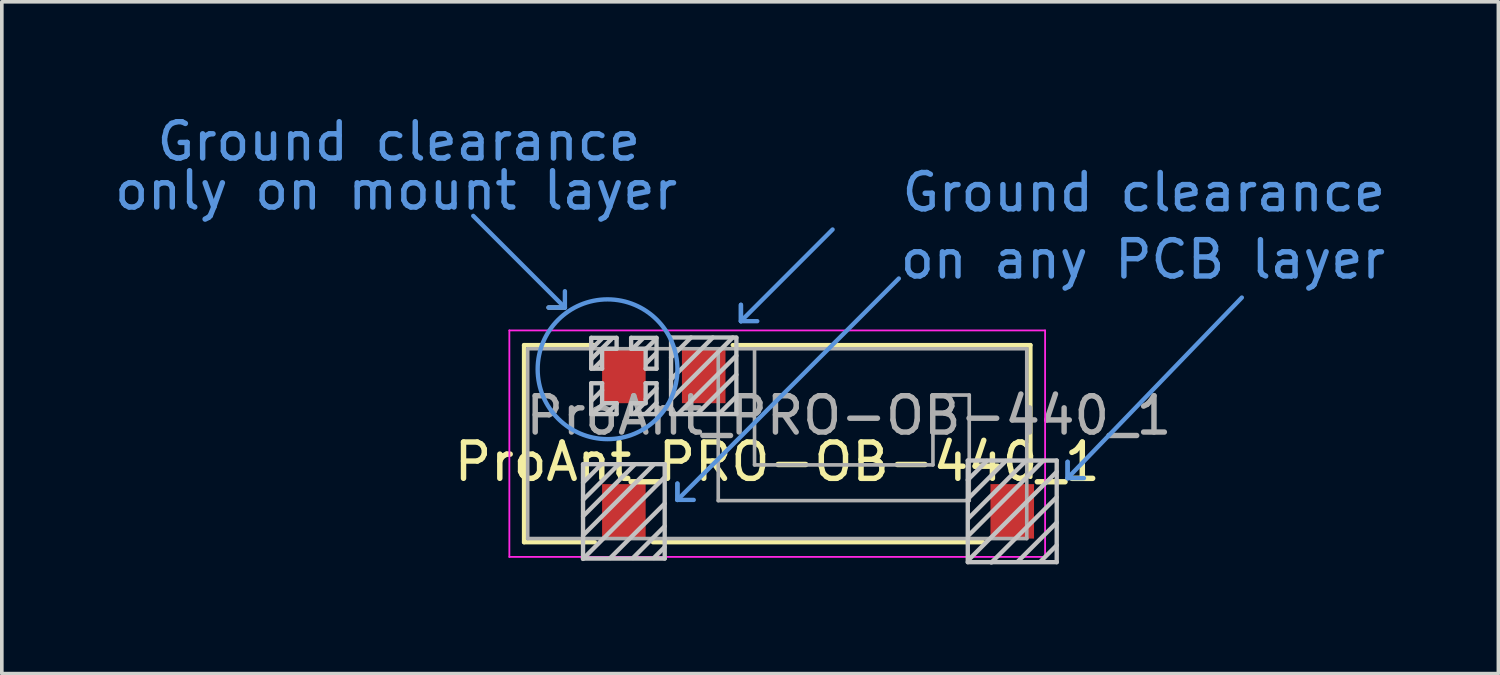
<source format=kicad_pcb>
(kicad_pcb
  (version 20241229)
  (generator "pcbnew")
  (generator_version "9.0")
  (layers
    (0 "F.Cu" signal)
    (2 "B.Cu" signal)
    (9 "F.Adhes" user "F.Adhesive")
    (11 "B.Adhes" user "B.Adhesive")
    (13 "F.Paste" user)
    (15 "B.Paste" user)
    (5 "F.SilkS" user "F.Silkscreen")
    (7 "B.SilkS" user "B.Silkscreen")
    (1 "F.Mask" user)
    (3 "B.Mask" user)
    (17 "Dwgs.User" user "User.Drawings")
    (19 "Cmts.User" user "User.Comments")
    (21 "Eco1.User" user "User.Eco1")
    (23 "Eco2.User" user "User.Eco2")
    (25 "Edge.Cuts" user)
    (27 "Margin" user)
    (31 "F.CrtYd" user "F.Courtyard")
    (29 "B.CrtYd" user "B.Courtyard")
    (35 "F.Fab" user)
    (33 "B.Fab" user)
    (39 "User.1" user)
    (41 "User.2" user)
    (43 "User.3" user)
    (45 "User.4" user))
  (footprint "ProAnt_PRO-OB-440_1"
    (layer "F.Cu")
    (at 18.363 9.173)
    (property "Reference" "ProAnt_PRO-OB-440_1" (at 0 0.5 0) (layer "F.SilkS") (effects (font (size 1 1) (thickness 0.15))))
    (attr smd)
    (fp_line (start -6.975 -2.715) (end -6.975 2.715) (stroke (width 0.12) (type solid)) (layer "F.SilkS"))
    (fp_line (start -6.975 2.715) (end -5.025 2.715) (stroke (width 0.12) (type solid)) (layer "F.SilkS"))
    (fp_line (start -5.025 -2.715) (end -6.975 -2.715) (stroke (width 0.12) (type solid)) (layer "F.SilkS"))
    (fp_line (start -3.425 2.715) (end 5.675 2.715) (stroke (width 0.12) (type solid)) (layer "F.SilkS"))
    (fp_line (start -1.225 -2.715) (end 6.975 -2.715) (stroke (width 0.12) (type solid)) (layer "F.SilkS"))
    (fp_line (start 6.975 -2.715) (end 6.975 0.915) (stroke (width 0.12) (type solid)) (layer "F.SilkS"))
    (fp_line (start -6.3 -3.75) (end -5.85 -3.75) (stroke (width 0.12) (type solid)) (layer "Dwgs.User"))
    (fp_line (start -5.35 0.565) (end -3.1 0.565) (stroke (width 0.12) (type solid)) (layer "Dwgs.User"))
    (fp_line (start -5.35 3.165) (end -5.35 0.565) (stroke (width 0.12) (type solid)) (layer "Dwgs.User"))
    (fp_line (start -5.125 -2.915) (end -4.425 -2.915) (stroke (width 0.12) (type solid)) (layer "Dwgs.User"))
    (fp_line (start -5.125 -2.065) (end -5.125 -2.915) (stroke (width 0.12) (type solid)) (layer "Dwgs.User"))
    (fp_line (start -5.125 -1.665) (end -4.825 -1.665) (stroke (width 0.12) (type solid)) (layer "Dwgs.User"))
    (fp_line (start -5.125 -0.815) (end -5.125 -1.665) (stroke (width 0.12) (type solid)) (layer "Dwgs.User"))
    (fp_line (start -4.85 -2.275) (end -5.05 -2.075) (stroke (width 0.12) (type solid)) (layer "Dwgs.User"))
    (fp_line (start -4.85 0.575) (end -5.35 1.075) (stroke (width 0.12) (type solid)) (layer "Dwgs.User"))
    (fp_line (start -4.825 -2.9) (end -5.1 -2.625) (stroke (width 0.12) (type solid)) (layer "Dwgs.User"))
    (fp_line (start -4.825 -2.615) (end -4.825 -2.065) (stroke (width 0.12) (type solid)) (layer "Dwgs.User"))
    (fp_line (start -4.825 -2.065) (end -5.125 -2.065) (stroke (width 0.12) (type solid)) (layer "Dwgs.User"))
    (fp_line (start -4.825 -1.665) (end -4.825 -1.115) (stroke (width 0.12) (type solid)) (layer "Dwgs.User"))
    (fp_line (start -4.825 -1.475) (end -5.125 -1.175) (stroke (width 0.12) (type solid)) (layer "Dwgs.User"))
    (fp_line (start -4.825 -1.115) (end -4.425 -1.115) (stroke (width 0.12) (type solid)) (layer "Dwgs.User"))
    (fp_line (start -4.8 -1.1) (end -5.05 -0.85) (stroke (width 0.12) (type solid)) (layer "Dwgs.User"))
    (fp_line (start -4.575 -2.875) (end -5.125 -2.325) (stroke (width 0.12) (type solid)) (layer "Dwgs.User"))
    (fp_line (start -4.425 -2.915) (end -4.425 -2.615) (stroke (width 0.12) (type solid)) (layer "Dwgs.User"))
    (fp_line (start -4.425 -2.615) (end -4.825 -2.615) (stroke (width 0.12) (type solid)) (layer "Dwgs.User"))
    (fp_line (start -4.425 -1.115) (end -4.425 -0.815) (stroke (width 0.12) (type solid)) (layer "Dwgs.User"))
    (fp_line (start -4.425 -1.1) (end -4.7 -0.825) (stroke (width 0.12) (type solid)) (layer "Dwgs.User"))
    (fp_line (start -4.425 -0.815) (end -5.125 -0.815) (stroke (width 0.12) (type solid)) (layer "Dwgs.User"))
    (fp_line (start -4.375 0.575) (end -5.35 1.55) (stroke (width 0.12) (type solid)) (layer "Dwgs.User"))
    (fp_line (start -4.025 -2.915) (end -3.325 -2.915) (stroke (width 0.12) (type solid)) (layer "Dwgs.User"))
    (fp_line (start -4.025 -2.615) (end -4.025 -2.915) (stroke (width 0.12) (type solid)) (layer "Dwgs.User"))
    (fp_line (start -4.025 -1.115) (end -4.025 -0.815) (stroke (width 0.12) (type solid)) (layer "Dwgs.User"))
    (fp_line (start -4.025 -0.815) (end -3.325 -0.815) (stroke (width 0.12) (type solid)) (layer "Dwgs.User"))
    (fp_line (start -3.925 0.575) (end -5.35 2) (stroke (width 0.12) (type solid)) (layer "Dwgs.User"))
    (fp_line (start -3.7 -2.9) (end -3.975 -2.625) (stroke (width 0.12) (type solid)) (layer "Dwgs.User"))
    (fp_line (start -3.675 -1.1) (end -3.925 -0.85) (stroke (width 0.12) (type solid)) (layer "Dwgs.User"))
    (fp_line (start -3.625 -2.615) (end -4.025 -2.615) (stroke (width 0.12) (type solid)) (layer "Dwgs.User"))
    (fp_line (start -3.625 -2.065) (end -3.625 -2.615) (stroke (width 0.12) (type solid)) (layer "Dwgs.User"))
    (fp_line (start -3.625 -1.665) (end -3.625 -1.115) (stroke (width 0.12) (type solid)) (layer "Dwgs.User"))
    (fp_line (start -3.625 -1.115) (end -4.025 -1.115) (stroke (width 0.12) (type solid)) (layer "Dwgs.User"))
    (fp_line (start -3.4 0.575) (end -5.35 2.525) (stroke (width 0.12) (type solid)) (layer "Dwgs.User"))
    (fp_line (start -3.35 -2.875) (end -3.625 -2.6) (stroke (width 0.12) (type solid)) (layer "Dwgs.User"))
    (fp_line (start -3.35 -2.475) (end -3.6 -2.225) (stroke (width 0.12) (type solid)) (layer "Dwgs.User"))
    (fp_line (start -3.325 -2.915) (end -3.325 -2.065) (stroke (width 0.12) (type solid)) (layer "Dwgs.User"))
    (fp_line (start -3.325 -2.065) (end -3.625 -2.065) (stroke (width 0.12) (type solid)) (layer "Dwgs.User"))
    (fp_line (start -3.325 -1.665) (end -3.625 -1.665) (stroke (width 0.12) (type solid)) (layer "Dwgs.User"))
    (fp_line (start -3.325 -1.525) (end -3.625 -1.225) (stroke (width 0.12) (type solid)) (layer "Dwgs.User"))
    (fp_line (start -3.325 -1.125) (end -3.625 -0.825) (stroke (width 0.12) (type solid)) (layer "Dwgs.User"))
    (fp_line (start -3.325 -0.815) (end -3.325 -1.665) (stroke (width 0.12) (type solid)) (layer "Dwgs.User"))
    (fp_line (start -3.1 0.565) (end -3.1 3.165) (stroke (width 0.12) (type solid)) (layer "Dwgs.User"))
    (fp_line (start -3.1 0.925) (end -5.35 3.175) (stroke (width 0.12) (type solid)) (layer "Dwgs.User"))
    (fp_line (start -3.1 1.65) (end -4.6 3.15) (stroke (width 0.12) (type solid)) (layer "Dwgs.User"))
    (fp_line (start -3.1 2.275) (end -3.975 3.15) (stroke (width 0.12) (type solid)) (layer "Dwgs.User"))
    (fp_line (start -3.1 2.85) (end -3.4 3.15) (stroke (width 0.12) (type solid)) (layer "Dwgs.User"))
    (fp_line (start -3.1 3.165) (end -5.35 3.165) (stroke (width 0.12) (type solid)) (layer "Dwgs.User"))
    (fp_line (start -2.925 -2.915) (end -2.925 -0.815) (stroke (width 0.12) (type solid)) (layer "Dwgs.User"))
    (fp_line (start -2.925 -0.815) (end -1.125 -0.815) (stroke (width 0.12) (type solid)) (layer "Dwgs.User"))
    (fp_line (start -2.375 -2.925) (end -2.925 -2.375) (stroke (width 0.12) (type solid)) (layer "Dwgs.User"))
    (fp_line (start -1.775 -2.925) (end -2.925 -1.775) (stroke (width 0.12) (type solid)) (layer "Dwgs.User"))
    (fp_line (start -1.225 -2.925) (end -2.925 -1.225) (stroke (width 0.12) (type solid)) (layer "Dwgs.User"))
    (fp_line (start -1.125 -2.925) (end -2.915 -2.925) (stroke (width 0.12) (type solid)) (layer "Dwgs.User"))
    (fp_line (start -1.125 -2.425) (end -2.725 -0.825) (stroke (width 0.12) (type solid)) (layer "Dwgs.User"))
    (fp_line (start -1.125 -1.9) (end -2.2 -0.825) (stroke (width 0.12) (type solid)) (layer "Dwgs.User"))
    (fp_line (start -1.125 -1.3) (end -1.6 -0.825) (stroke (width 0.12) (type solid)) (layer "Dwgs.User"))
    (fp_line (start -1.125 -0.815) (end -1.125 -2.915) (stroke (width 0.12) (type solid)) (layer "Dwgs.User"))
    (fp_line (start 5.25 0.465) (end 7.7 0.465) (stroke (width 0.12) (type solid)) (layer "Dwgs.User"))
    (fp_line (start 5.25 3.265) (end 5.25 0.465) (stroke (width 0.12) (type solid)) (layer "Dwgs.User"))
    (fp_line (start 5.775 0.475) (end 5.25 1) (stroke (width 0.12) (type solid)) (layer "Dwgs.User"))
    (fp_line (start 6.3 0.475) (end 5.25 1.525) (stroke (width 0.12) (type solid)) (layer "Dwgs.User"))
    (fp_line (start 6.85 0.475) (end 5.275 2.05) (stroke (width 0.12) (type solid)) (layer "Dwgs.User"))
    (fp_line (start 7.325 0.475) (end 5.275 2.525) (stroke (width 0.12) (type solid)) (layer "Dwgs.User"))
    (fp_line (start 7.7 0.465) (end 7.7 3.265) (stroke (width 0.12) (type solid)) (layer "Dwgs.User"))
    (fp_line (start 7.7 0.775) (end 5.3 3.175) (stroke (width 0.12) (type solid)) (layer "Dwgs.User"))
    (fp_line (start 7.7 1.475) (end 5.9 3.275) (stroke (width 0.12) (type solid)) (layer "Dwgs.User"))
    (fp_line (start 7.7 2.175) (end 6.625 3.25) (stroke (width 0.12) (type solid)) (layer "Dwgs.User"))
    (fp_line (start 7.7 2.8) (end 7.25 3.25) (stroke (width 0.12) (type solid)) (layer "Dwgs.User"))
    (fp_line (start 7.7 3.265) (end 5.25 3.265) (stroke (width 0.12) (type solid)) (layer "Dwgs.User"))
    (fp_line (start -8.375 -6.275) (end -5.85 -3.75) (stroke (width 0.12) (type solid)) (layer "Cmts.User"))
    (fp_line (start -5.85 -3.75) (end -6.3 -3.75) (stroke (width 0.12) (type solid)) (layer "Cmts.User"))
    (fp_line (start -5.85 -3.75) (end -5.85 -4.2) (stroke (width 0.12) (type solid)) (layer "Cmts.User"))
    (fp_line (start -2.75 1.1) (end -2.75 1.55) (stroke (width 0.12) (type solid)) (layer "Cmts.User"))
    (fp_line (start -2.75 1.55) (end -2.75 1.1) (stroke (width 0.12) (type solid)) (layer "Cmts.User"))
    (fp_line (start -2.75 1.55) (end -2.3 1.55) (stroke (width 0.12) (type solid)) (layer "Cmts.User"))
    (fp_line (start -1 -3.825) (end -1 -3.375) (stroke (width 0.12) (type solid)) (layer "Cmts.User"))
    (fp_line (start -1 -3.375) (end -1 -3.825) (stroke (width 0.12) (type solid)) (layer "Cmts.User"))
    (fp_line (start -1 -3.375) (end -0.55 -3.375) (stroke (width 0.12) (type solid)) (layer "Cmts.User"))
    (fp_line (start 1.525 -5.9) (end -1 -3.375) (stroke (width 0.12) (type solid)) (layer "Cmts.User"))
    (fp_line (start 3.35 -4.55) (end -2.75 1.55) (stroke (width 0.12) (type solid)) (layer "Cmts.User"))
    (fp_line (start 8 0.5) (end 8 0.95) (stroke (width 0.12) (type solid)) (layer "Cmts.User"))
    (fp_line (start 8 0.95) (end 8 0.5) (stroke (width 0.12) (type solid)) (layer "Cmts.User"))
    (fp_line (start 8 0.95) (end 8.45 0.95) (stroke (width 0.12) (type solid)) (layer "Cmts.User"))
    (fp_line (start 12.8 -4.025) (end 8 0.95) (stroke (width 0.12) (type solid)) (layer "Cmts.User"))
    (fp_circle (center -4.675 -2.05) (end -4.7 -3.975) (stroke (width 0.12) (type solid)) (fill no) (layer "Cmts.User"))
    (fp_line (start -7.38 -3.12) (end 7.38 -3.12) (stroke (width 0.05) (type solid)) (layer "F.CrtYd"))
    (fp_line (start -7.38 3.12) (end -7.38 -3.12) (stroke (width 0.05) (type solid)) (layer "F.CrtYd"))
    (fp_line (start 7.38 -3.12) (end 7.38 3.12) (stroke (width 0.05) (type solid)) (layer "F.CrtYd"))
    (fp_line (start 7.38 3.12) (end -7.38 3.12) (stroke (width 0.05) (type solid)) (layer "F.CrtYd"))
    (fp_line (start -6.875 -2.615) (end 6.875 -2.615) (stroke (width 0.1) (type solid)) (layer "F.Fab"))
    (fp_line (start -6.875 2.615) (end -6.875 -2.615) (stroke (width 0.1) (type solid)) (layer "F.Fab"))
    (fp_line (start -1.625 1.569) (end -1.625 -2.615) (stroke (width 0.1) (type solid)) (layer "F.Fab"))
    (fp_line (start -0.625 -2.615) (end -0.625 0.585) (stroke (width 0.1) (type solid)) (layer "F.Fab"))
    (fp_line (start -0.625 0.585) (end 4.29 0.585) (stroke (width 0.1) (type solid)) (layer "F.Fab"))
    (fp_line (start 4.29 -1.34) (end 5.29 -1.34) (stroke (width 0.1) (type solid)) (layer "F.Fab"))
    (fp_line (start 4.29 0.585) (end 4.29 -1.34) (stroke (width 0.1) (type solid)) (layer "F.Fab"))
    (fp_line (start 5.29 -1.34) (end 5.29 1.569) (stroke (width 0.1) (type solid)) (layer "F.Fab"))
    (fp_line (start 5.29 1.569) (end -1.625 1.569) (stroke (width 0.1) (type solid)) (layer "F.Fab"))
    (fp_line (start 6.875 -2.615) (end 6.875 2.615) (stroke (width 0.1) (type solid)) (layer "F.Fab"))
    (fp_line (start 6.875 2.615) (end -6.875 2.615) (stroke (width 0.1) (type solid)) (layer "F.Fab"))
    (fp_text user "on any PCB layer" (at 10.075 -5.075 0) (layer "Cmts.User") (effects (font (size 1 1) (thickness 0.15))))
    (fp_text user "Ground clearance" (at -10.425 -8.325 0) (layer "Cmts.User") (effects (font (size 1 1) (thickness 0.15))))
    (fp_text user "Ground clearance" (at 10.1 -6.925 0) (layer "Cmts.User") (effects (font (size 1 1) (thickness 0.15))))
    (fp_text user "only on mount layer" (at -10.5 -6.975 0) (layer "Cmts.User") (effects (font (size 1 1) (thickness 0.15))))
    (fp_text user "${REFERENCE}" (at 1.975 -0.775 0) (layer "F.Fab") (effects (font (size 1 1) (thickness 0.15))))
    (pad "1" smd rect (at -2.025 -1.865) (size 1.2 1.5) (layers "F.Cu" "F.Mask" "F.Paste"))
    (pad "2" smd rect (at -4.225 -1.865) (size 1.2 1.5) (layers "F.Cu" "F.Mask" "F.Paste"))
    (pad "3" smd rect (at -4.225 1.865) (size 1.2 1.5) (layers "F.Cu" "F.Mask" "F.Paste"))
    (pad "3" smd rect (at 6.475 1.865) (size 1.2 1.5) (layers "F.Cu" "F.Mask" "F.Paste")))
  (gr_rect
    (start -3 -3)
    (end 38.231 15.508)
    (stroke (width 0.1) (type default))
    (fill no)
    (layer "Edge.Cuts")))
</source>
